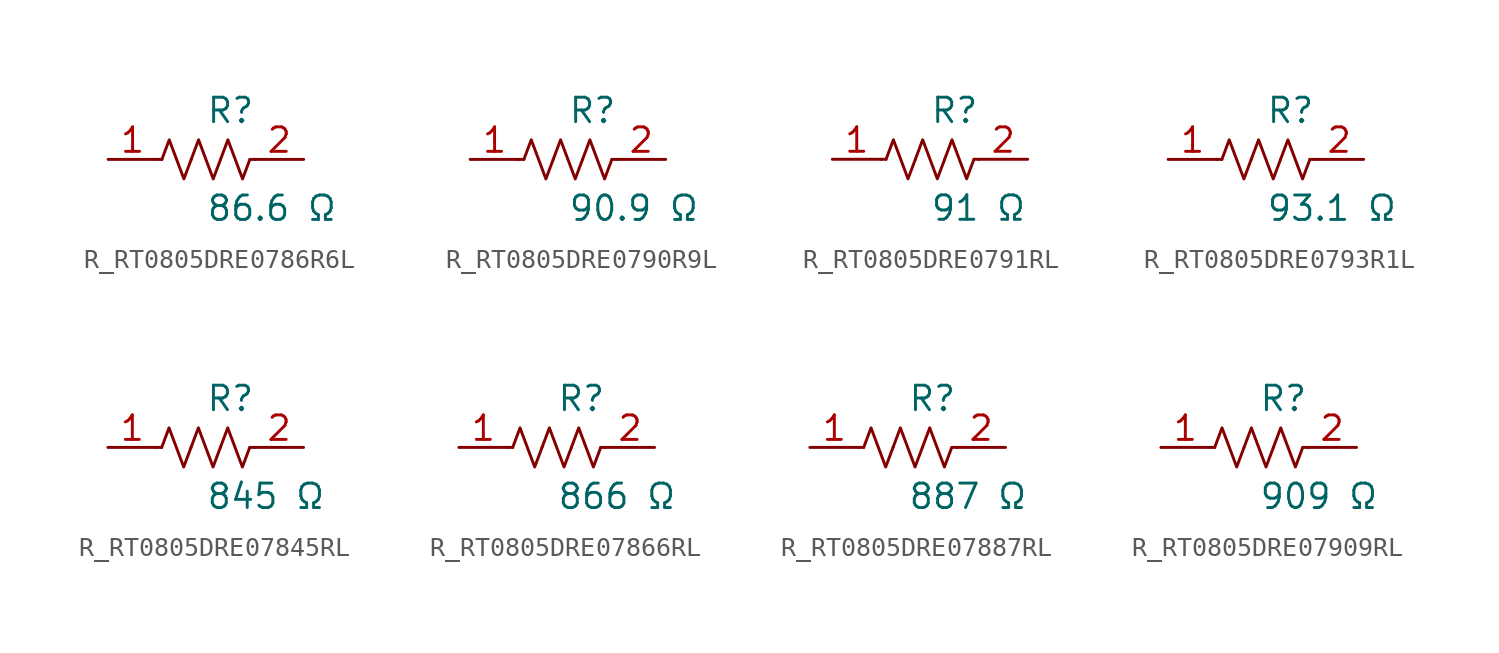
<source format=kicad_sym>
(kicad_symbol_lib
  (version 20231120)
  (generator kicad_symbol_editor)
  (generator_version 8.0)
  (symbol "R_RT0805DRE0786R6L"
    (pin_names
      (offset 0.254))
    (property "Reference" "R"
      (at 0.0 2.54 0)
      (effects (font (size 1.27 1.27)) (justify left)))
    (property "Value" "86.6 Ω"
      (at 0.0 -2.54 0)
      (effects (font (size 1.27 1.27)) (justify left)))
    (symbol "R_RT0805DRE0786R6L_0_1"
      (polyline (pts (xy 2.286 0) (xy 2.54 0)) (stroke (width 0) (type default)) (fill (type none)))
      (polyline (pts (xy -2.286 0) (xy -2.54 0)) (stroke (width 0) (type default)) (fill (type none)))
      (polyline (pts (xy 0.762 0) (xy 1.143 1.016) (xy 1.524 0) (xy 1.905 -1.016) (xy 2.286 0)) (stroke (width 0) (type default)) (fill (type none)))
      (polyline (pts (xy -0.762 0) (xy -0.381 1.016) (xy 0 0) (xy 0.381 -1.016) (xy 0.762 0)) (stroke (width 0) (type default)) (fill (type none)))
      (polyline (pts (xy -2.286 0) (xy -1.905 1.016) (xy -1.524 0) (xy -1.143 -1.016) (xy -0.762 0)) (stroke (width 0) (type default)) (fill (type none))))
    (pin unspecified line
      (at -5.08 0 0)
      (length 2.54)
      (name "" (effects (font (size 1.27 1.27))))
      (number "1" (effects (font (size 1.27 1.27)))))
    (pin unspecified line
      (at 5.08 0 180)
      (length 2.54)
      (name "" (effects (font (size 1.27 1.27))))
      (number "2" (effects (font (size 1.27 1.27))))))
  (symbol "R_RT0805DRE0790R9L"
    (pin_names
      (offset 0.254))
    (property "Reference" "R"
      (at 0.0 2.54 0)
      (effects (font (size 1.27 1.27)) (justify left)))
    (property "Value" "90.9 Ω"
      (at 0.0 -2.54 0)
      (effects (font (size 1.27 1.27)) (justify left)))
    (symbol "R_RT0805DRE0790R9L_0_1"
      (polyline (pts (xy 2.286 0) (xy 2.54 0)) (stroke (width 0) (type default)) (fill (type none)))
      (polyline (pts (xy -2.286 0) (xy -2.54 0)) (stroke (width 0) (type default)) (fill (type none)))
      (polyline (pts (xy 0.762 0) (xy 1.143 1.016) (xy 1.524 0) (xy 1.905 -1.016) (xy 2.286 0)) (stroke (width 0) (type default)) (fill (type none)))
      (polyline (pts (xy -0.762 0) (xy -0.381 1.016) (xy 0 0) (xy 0.381 -1.016) (xy 0.762 0)) (stroke (width 0) (type default)) (fill (type none)))
      (polyline (pts (xy -2.286 0) (xy -1.905 1.016) (xy -1.524 0) (xy -1.143 -1.016) (xy -0.762 0)) (stroke (width 0) (type default)) (fill (type none))))
    (pin unspecified line
      (at -5.08 0 0)
      (length 2.54)
      (name "" (effects (font (size 1.27 1.27))))
      (number "1" (effects (font (size 1.27 1.27)))))
    (pin unspecified line
      (at 5.08 0 180)
      (length 2.54)
      (name "" (effects (font (size 1.27 1.27))))
      (number "2" (effects (font (size 1.27 1.27))))))
  (symbol "R_RT0805DRE0791RL"
    (pin_names
      (offset 0.254))
    (property "Reference" "R"
      (at 0.0 2.54 0)
      (effects (font (size 1.27 1.27)) (justify left)))
    (property "Value" "91 Ω"
      (at 0.0 -2.54 0)
      (effects (font (size 1.27 1.27)) (justify left)))
    (symbol "R_RT0805DRE0791RL_0_1"
      (polyline (pts (xy 2.286 0) (xy 2.54 0)) (stroke (width 0) (type default)) (fill (type none)))
      (polyline (pts (xy -2.286 0) (xy -2.54 0)) (stroke (width 0) (type default)) (fill (type none)))
      (polyline (pts (xy 0.762 0) (xy 1.143 1.016) (xy 1.524 0) (xy 1.905 -1.016) (xy 2.286 0)) (stroke (width 0) (type default)) (fill (type none)))
      (polyline (pts (xy -0.762 0) (xy -0.381 1.016) (xy 0 0) (xy 0.381 -1.016) (xy 0.762 0)) (stroke (width 0) (type default)) (fill (type none)))
      (polyline (pts (xy -2.286 0) (xy -1.905 1.016) (xy -1.524 0) (xy -1.143 -1.016) (xy -0.762 0)) (stroke (width 0) (type default)) (fill (type none))))
    (pin unspecified line
      (at -5.08 0 0)
      (length 2.54)
      (name "" (effects (font (size 1.27 1.27))))
      (number "1" (effects (font (size 1.27 1.27)))))
    (pin unspecified line
      (at 5.08 0 180)
      (length 2.54)
      (name "" (effects (font (size 1.27 1.27))))
      (number "2" (effects (font (size 1.27 1.27))))))
  (symbol "R_RT0805DRE0793R1L"
    (pin_names
      (offset 0.254))
    (property "Reference" "R"
      (at 0.0 2.54 0)
      (effects (font (size 1.27 1.27)) (justify left)))
    (property "Value" "93.1 Ω"
      (at 0.0 -2.54 0)
      (effects (font (size 1.27 1.27)) (justify left)))
    (symbol "R_RT0805DRE0793R1L_0_1"
      (polyline (pts (xy 2.286 0) (xy 2.54 0)) (stroke (width 0) (type default)) (fill (type none)))
      (polyline (pts (xy -2.286 0) (xy -2.54 0)) (stroke (width 0) (type default)) (fill (type none)))
      (polyline (pts (xy 0.762 0) (xy 1.143 1.016) (xy 1.524 0) (xy 1.905 -1.016) (xy 2.286 0)) (stroke (width 0) (type default)) (fill (type none)))
      (polyline (pts (xy -0.762 0) (xy -0.381 1.016) (xy 0 0) (xy 0.381 -1.016) (xy 0.762 0)) (stroke (width 0) (type default)) (fill (type none)))
      (polyline (pts (xy -2.286 0) (xy -1.905 1.016) (xy -1.524 0) (xy -1.143 -1.016) (xy -0.762 0)) (stroke (width 0) (type default)) (fill (type none))))
    (pin unspecified line
      (at -5.08 0 0)
      (length 2.54)
      (name "" (effects (font (size 1.27 1.27))))
      (number "1" (effects (font (size 1.27 1.27)))))
    (pin unspecified line
      (at 5.08 0 180)
      (length 2.54)
      (name "" (effects (font (size 1.27 1.27))))
      (number "2" (effects (font (size 1.27 1.27))))))
  (symbol "R_RT0805DRE07845RL"
    (pin_names
      (offset 0.254))
    (property "Reference" "R"
      (at 0.0 2.54 0)
      (effects (font (size 1.27 1.27)) (justify left)))
    (property "Value" "845 Ω"
      (at 0.0 -2.54 0)
      (effects (font (size 1.27 1.27)) (justify left)))
    (symbol "R_RT0805DRE07845RL_0_1"
      (polyline (pts (xy 2.286 0) (xy 2.54 0)) (stroke (width 0) (type default)) (fill (type none)))
      (polyline (pts (xy -2.286 0) (xy -2.54 0)) (stroke (width 0) (type default)) (fill (type none)))
      (polyline (pts (xy 0.762 0) (xy 1.143 1.016) (xy 1.524 0) (xy 1.905 -1.016) (xy 2.286 0)) (stroke (width 0) (type default)) (fill (type none)))
      (polyline (pts (xy -0.762 0) (xy -0.381 1.016) (xy 0 0) (xy 0.381 -1.016) (xy 0.762 0)) (stroke (width 0) (type default)) (fill (type none)))
      (polyline (pts (xy -2.286 0) (xy -1.905 1.016) (xy -1.524 0) (xy -1.143 -1.016) (xy -0.762 0)) (stroke (width 0) (type default)) (fill (type none))))
    (pin unspecified line
      (at -5.08 0 0)
      (length 2.54)
      (name "" (effects (font (size 1.27 1.27))))
      (number "1" (effects (font (size 1.27 1.27)))))
    (pin unspecified line
      (at 5.08 0 180)
      (length 2.54)
      (name "" (effects (font (size 1.27 1.27))))
      (number "2" (effects (font (size 1.27 1.27))))))
  (symbol "R_RT0805DRE07866RL"
    (pin_names
      (offset 0.254))
    (property "Reference" "R"
      (at 0.0 2.54 0)
      (effects (font (size 1.27 1.27)) (justify left)))
    (property "Value" "866 Ω"
      (at 0.0 -2.54 0)
      (effects (font (size 1.27 1.27)) (justify left)))
    (symbol "R_RT0805DRE07866RL_0_1"
      (polyline (pts (xy 2.286 0) (xy 2.54 0)) (stroke (width 0) (type default)) (fill (type none)))
      (polyline (pts (xy -2.286 0) (xy -2.54 0)) (stroke (width 0) (type default)) (fill (type none)))
      (polyline (pts (xy 0.762 0) (xy 1.143 1.016) (xy 1.524 0) (xy 1.905 -1.016) (xy 2.286 0)) (stroke (width 0) (type default)) (fill (type none)))
      (polyline (pts (xy -0.762 0) (xy -0.381 1.016) (xy 0 0) (xy 0.381 -1.016) (xy 0.762 0)) (stroke (width 0) (type default)) (fill (type none)))
      (polyline (pts (xy -2.286 0) (xy -1.905 1.016) (xy -1.524 0) (xy -1.143 -1.016) (xy -0.762 0)) (stroke (width 0) (type default)) (fill (type none))))
    (pin unspecified line
      (at -5.08 0 0)
      (length 2.54)
      (name "" (effects (font (size 1.27 1.27))))
      (number "1" (effects (font (size 1.27 1.27)))))
    (pin unspecified line
      (at 5.08 0 180)
      (length 2.54)
      (name "" (effects (font (size 1.27 1.27))))
      (number "2" (effects (font (size 1.27 1.27))))))
  (symbol "R_RT0805DRE07887RL"
    (pin_names
      (offset 0.254))
    (property "Reference" "R"
      (at 0.0 2.54 0)
      (effects (font (size 1.27 1.27)) (justify left)))
    (property "Value" "887 Ω"
      (at 0.0 -2.54 0)
      (effects (font (size 1.27 1.27)) (justify left)))
    (symbol "R_RT0805DRE07887RL_0_1"
      (polyline (pts (xy 2.286 0) (xy 2.54 0)) (stroke (width 0) (type default)) (fill (type none)))
      (polyline (pts (xy -2.286 0) (xy -2.54 0)) (stroke (width 0) (type default)) (fill (type none)))
      (polyline (pts (xy 0.762 0) (xy 1.143 1.016) (xy 1.524 0) (xy 1.905 -1.016) (xy 2.286 0)) (stroke (width 0) (type default)) (fill (type none)))
      (polyline (pts (xy -0.762 0) (xy -0.381 1.016) (xy 0 0) (xy 0.381 -1.016) (xy 0.762 0)) (stroke (width 0) (type default)) (fill (type none)))
      (polyline (pts (xy -2.286 0) (xy -1.905 1.016) (xy -1.524 0) (xy -1.143 -1.016) (xy -0.762 0)) (stroke (width 0) (type default)) (fill (type none))))
    (pin unspecified line
      (at -5.08 0 0)
      (length 2.54)
      (name "" (effects (font (size 1.27 1.27))))
      (number "1" (effects (font (size 1.27 1.27)))))
    (pin unspecified line
      (at 5.08 0 180)
      (length 2.54)
      (name "" (effects (font (size 1.27 1.27))))
      (number "2" (effects (font (size 1.27 1.27))))))
  (symbol "R_RT0805DRE07909RL"
    (pin_names
      (offset 0.254))
    (property "Reference" "R"
      (at 0.0 2.54 0)
      (effects (font (size 1.27 1.27)) (justify left)))
    (property "Value" "909 Ω"
      (at 0.0 -2.54 0)
      (effects (font (size 1.27 1.27)) (justify left)))
    (symbol "R_RT0805DRE07909RL_0_1"
      (polyline (pts (xy 2.286 0) (xy 2.54 0)) (stroke (width 0) (type default)) (fill (type none)))
      (polyline (pts (xy -2.286 0) (xy -2.54 0)) (stroke (width 0) (type default)) (fill (type none)))
      (polyline (pts (xy 0.762 0) (xy 1.143 1.016) (xy 1.524 0) (xy 1.905 -1.016) (xy 2.286 0)) (stroke (width 0) (type default)) (fill (type none)))
      (polyline (pts (xy -0.762 0) (xy -0.381 1.016) (xy 0 0) (xy 0.381 -1.016) (xy 0.762 0)) (stroke (width 0) (type default)) (fill (type none)))
      (polyline (pts (xy -2.286 0) (xy -1.905 1.016) (xy -1.524 0) (xy -1.143 -1.016) (xy -0.762 0)) (stroke (width 0) (type default)) (fill (type none))))
    (pin unspecified line
      (at -5.08 0 0)
      (length 2.54)
      (name "" (effects (font (size 1.27 1.27))))
      (number "1" (effects (font (size 1.27 1.27)))))
    (pin unspecified line
      (at 5.08 0 180)
      (length 2.54)
      (name "" (effects (font (size 1.27 1.27))))
      (number "2" (effects (font (size 1.27 1.27)))))))
</source>
